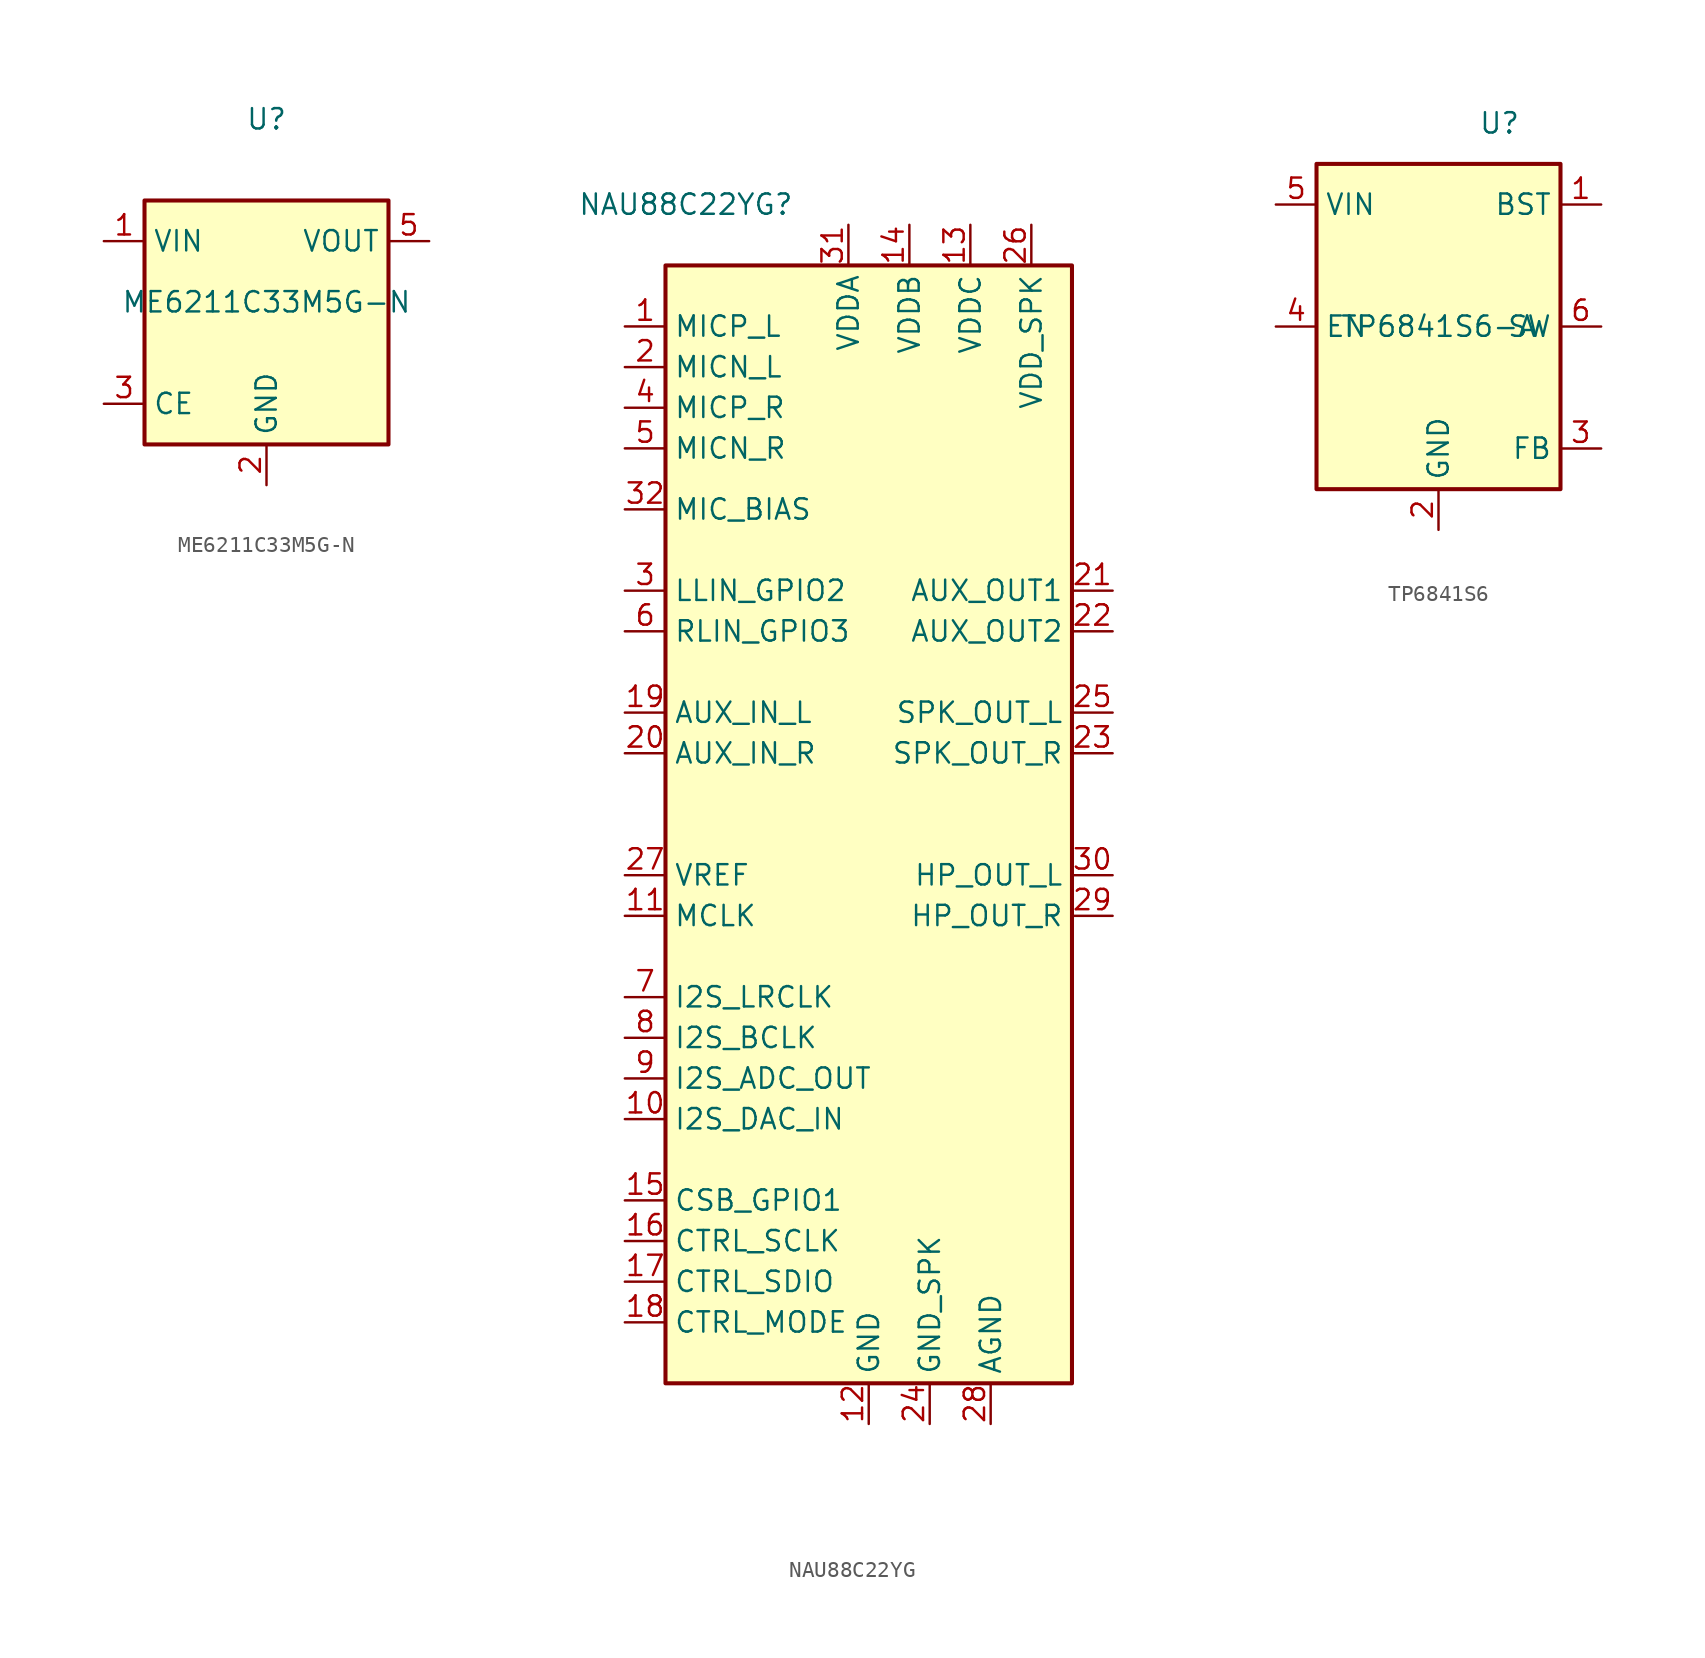
<source format=kicad_sym>
(kicad_symbol_lib
  (version 20220914)
  (generator kicad_symbol_editor)
  (symbol "ME6211C33M5G-N"
    (property "Reference" "U"
      (at 0 12.7 0)
      (effects (font (size 1.27 1.27))))
    (property "Value" "ME6211C33M5G-N"
      (at 0 1.27 0)
      (effects (font (size 1.27 1.27))))
    (symbol "ME6211C33M5G-N_1_0"
      (rectangle (start -7.62 7.62) (end 7.62 -7.62) (stroke (width 0.254) (type default)) (fill (type background))))
    (symbol "ME6211C33M5G-N_1_1"
      (pin input line (at -10.16 5.08 0) (length 2.54) (name "VIN" (effects (font (size 1.27 1.27)))) (number "1" (effects (font (size 1.27 1.27)))))
      (pin power_in line (at 0 -10.16 90) (length 2.54) (name "GND" (effects (font (size 1.27 1.27)))) (number "2" (effects (font (size 1.27 1.27)))))
      (pin input line (at -10.16 -5.08 0) (length 2.54) (name "CE" (effects (font (size 1.27 1.27)))) (number "3" (effects (font (size 1.27 1.27)))))
      (pin no_connect line (at 10.16 -5.08 180) (length 2.54) hide (name "" (effects (font (size 1.27 1.27)))) (number "4" (effects (font (size 1.27 1.27)))))
      (pin output line (at 10.16 5.08 180) (length 2.54) (name "VOUT" (effects (font (size 1.27 1.27)))) (number "5" (effects (font (size 1.27 1.27)))))))
  (symbol "NAU88C22YG"
    (property "Reference" "NAU88C22YG"
      (at -11.43 39.37 0)
      (effects (font (size 1.27 1.27))))
    (property "Value" ""
      (at 12.7 34.29 0)
      (effects (font (size 1.27 1.27))))
    (symbol "NAU88C22YG_0_1"
      (rectangle (start -12.7 35.56) (end 12.7 -34.29) (stroke (width 0.254) (type default)) (fill (type background))))
    (symbol "NAU88C22YG_1_1"
      (pin input line (at -15.24 31.75 0) (length 2.54) (name "MICP_L" (effects (font (size 1.27 1.27)))) (number "1" (effects (font (size 1.27 1.27)))))
      (pin input line (at -15.24 -17.78 0) (length 2.54) (name "I2S_DAC_IN" (effects (font (size 1.27 1.27)))) (number "10" (effects (font (size 1.27 1.27)))))
      (pin input line (at -15.24 -5.08 0) (length 2.54) (name "MCLK" (effects (font (size 1.27 1.27)))) (number "11" (effects (font (size 1.27 1.27)))))
      (pin power_in line (at 0 -36.83 90) (length 2.54) (name "GND" (effects (font (size 1.27 1.27)))) (number "12" (effects (font (size 1.27 1.27)))))
      (pin power_in line (at 6.35 38.1 270) (length 2.54) (name "VDDC" (effects (font (size 1.27 1.27)))) (number "13" (effects (font (size 1.27 1.27)))))
      (pin power_in line (at 2.54 38.1 270) (length 2.54) (name "VDDB" (effects (font (size 1.27 1.27)))) (number "14" (effects (font (size 1.27 1.27)))))
      (pin input line (at -15.24 -22.86 0) (length 2.54) (name "CSB_GPIO1" (effects (font (size 1.27 1.27)))) (number "15" (effects (font (size 1.27 1.27)))))
      (pin input line (at -15.24 -25.4 0) (length 2.54) (name "CTRL_SCLK" (effects (font (size 1.27 1.27)))) (number "16" (effects (font (size 1.27 1.27)))))
      (pin bidirectional line (at -15.24 -27.94 0) (length 2.54) (name "CTRL_SDIO" (effects (font (size 1.27 1.27)))) (number "17" (effects (font (size 1.27 1.27)))))
      (pin input line (at -15.24 -30.48 0) (length 2.54) (name "CTRL_MODE" (effects (font (size 1.27 1.27)))) (number "18" (effects (font (size 1.27 1.27)))))
      (pin input line (at -15.24 7.62 0) (length 2.54) (name "AUX_IN_L" (effects (font (size 1.27 1.27)))) (number "19" (effects (font (size 1.27 1.27)))))
      (pin input line (at -15.24 29.21 0) (length 2.54) (name "MICN_L" (effects (font (size 1.27 1.27)))) (number "2" (effects (font (size 1.27 1.27)))))
      (pin input line (at -15.24 5.08 0) (length 2.54) (name "AUX_IN_R" (effects (font (size 1.27 1.27)))) (number "20" (effects (font (size 1.27 1.27)))))
      (pin output line (at 15.24 15.24 180) (length 2.54) (name "AUX_OUT1" (effects (font (size 1.27 1.27)))) (number "21" (effects (font (size 1.27 1.27)))))
      (pin output line (at 15.24 12.7 180) (length 2.54) (name "AUX_OUT2" (effects (font (size 1.27 1.27)))) (number "22" (effects (font (size 1.27 1.27)))))
      (pin output line (at 15.24 5.08 180) (length 2.54) (name "SPK_OUT_R" (effects (font (size 1.27 1.27)))) (number "23" (effects (font (size 1.27 1.27)))))
      (pin power_in line (at 3.81 -36.83 90) (length 2.54) (name "GND_SPK" (effects (font (size 1.27 1.27)))) (number "24" (effects (font (size 1.27 1.27)))))
      (pin output line (at 15.24 7.62 180) (length 2.54) (name "SPK_OUT_L" (effects (font (size 1.27 1.27)))) (number "25" (effects (font (size 1.27 1.27)))))
      (pin power_in line (at 10.16 38.1 270) (length 2.54) (name "VDD_SPK" (effects (font (size 1.27 1.27)))) (number "26" (effects (font (size 1.27 1.27)))))
      (pin input line (at -15.24 -2.54 0) (length 2.54) (name "VREF" (effects (font (size 1.27 1.27)))) (number "27" (effects (font (size 1.27 1.27)))))
      (pin power_in line (at 7.62 -36.83 90) (length 2.54) (name "AGND" (effects (font (size 1.27 1.27)))) (number "28" (effects (font (size 1.27 1.27)))))
      (pin output line (at 15.24 -5.08 180) (length 2.54) (name "HP_OUT_R" (effects (font (size 1.27 1.27)))) (number "29" (effects (font (size 1.27 1.27)))))
      (pin input line (at -15.24 15.24 0) (length 2.54) (name "LLIN_GPIO2" (effects (font (size 1.27 1.27)))) (number "3" (effects (font (size 1.27 1.27)))))
      (pin output line (at 15.24 -2.54 180) (length 2.54) (name "HP_OUT_L" (effects (font (size 1.27 1.27)))) (number "30" (effects (font (size 1.27 1.27)))))
      (pin power_in line (at -1.27 38.1 270) (length 2.54) (name "VDDA" (effects (font (size 1.27 1.27)))) (number "31" (effects (font (size 1.27 1.27)))))
      (pin input line (at -15.24 20.32 0) (length 2.54) (name "MIC_BIAS" (effects (font (size 1.27 1.27)))) (number "32" (effects (font (size 1.27 1.27)))))
      (pin input line (at -15.24 26.67 0) (length 2.54) (name "MICP_R" (effects (font (size 1.27 1.27)))) (number "4" (effects (font (size 1.27 1.27)))))
      (pin input line (at -15.24 24.13 0) (length 2.54) (name "MICN_R" (effects (font (size 1.27 1.27)))) (number "5" (effects (font (size 1.27 1.27)))))
      (pin input line (at -15.24 12.7 0) (length 2.54) (name "RLIN_GPIO3" (effects (font (size 1.27 1.27)))) (number "6" (effects (font (size 1.27 1.27)))))
      (pin input line (at -15.24 -10.16 0) (length 2.54) (name "I2S_LRCLK" (effects (font (size 1.27 1.27)))) (number "7" (effects (font (size 1.27 1.27)))))
      (pin input line (at -15.24 -12.7 0) (length 2.54) (name "I2S_BCLK" (effects (font (size 1.27 1.27)))) (number "8" (effects (font (size 1.27 1.27)))))
      (pin output line (at -15.24 -15.24 0) (length 2.54) (name "I2S_ADC_OUT" (effects (font (size 1.27 1.27)))) (number "9" (effects (font (size 1.27 1.27)))))))
  (symbol "TP6841S6"
    (property "Reference" "U"
      (at 3.81 12.7 0)
      (effects (font (size 1.27 1.27))))
    (property "Value" "TP6841S6-A"
      (at 0 0 0)
      (effects (font (size 1.27 1.27))))
    (symbol "TP6841S6_0_0"
      (rectangle (start -7.62 10.16) (end 7.62 -10.16) (stroke (width 0.254) (type default)) (fill (type background))))
    (symbol "TP6841S6_1_1"
      (pin input line (at 10.16 7.62 180) (length 2.54) (name "BST" (effects (font (size 1.27 1.27)))) (number "1" (effects (font (size 1.27 1.27)))))
      (pin power_in line (at 0 -12.7 90) (length 2.54) (name "GND" (effects (font (size 1.27 1.27)))) (number "2" (effects (font (size 1.27 1.27)))))
      (pin input line (at 10.16 -7.62 180) (length 2.54) (name "FB" (effects (font (size 1.27 1.27)))) (number "3" (effects (font (size 1.27 1.27)))))
      (pin input line (at -10.16 0 0) (length 2.54) (name "EN" (effects (font (size 1.27 1.27)))) (number "4" (effects (font (size 1.27 1.27)))))
      (pin input line (at -10.16 7.62 0) (length 2.54) (name "VIN" (effects (font (size 1.27 1.27)))) (number "5" (effects (font (size 1.27 1.27)))))
      (pin input line (at 10.16 0 180) (length 2.54) (name "SW" (effects (font (size 1.27 1.27)))) (number "6" (effects (font (size 1.27 1.27))))))))
</source>
